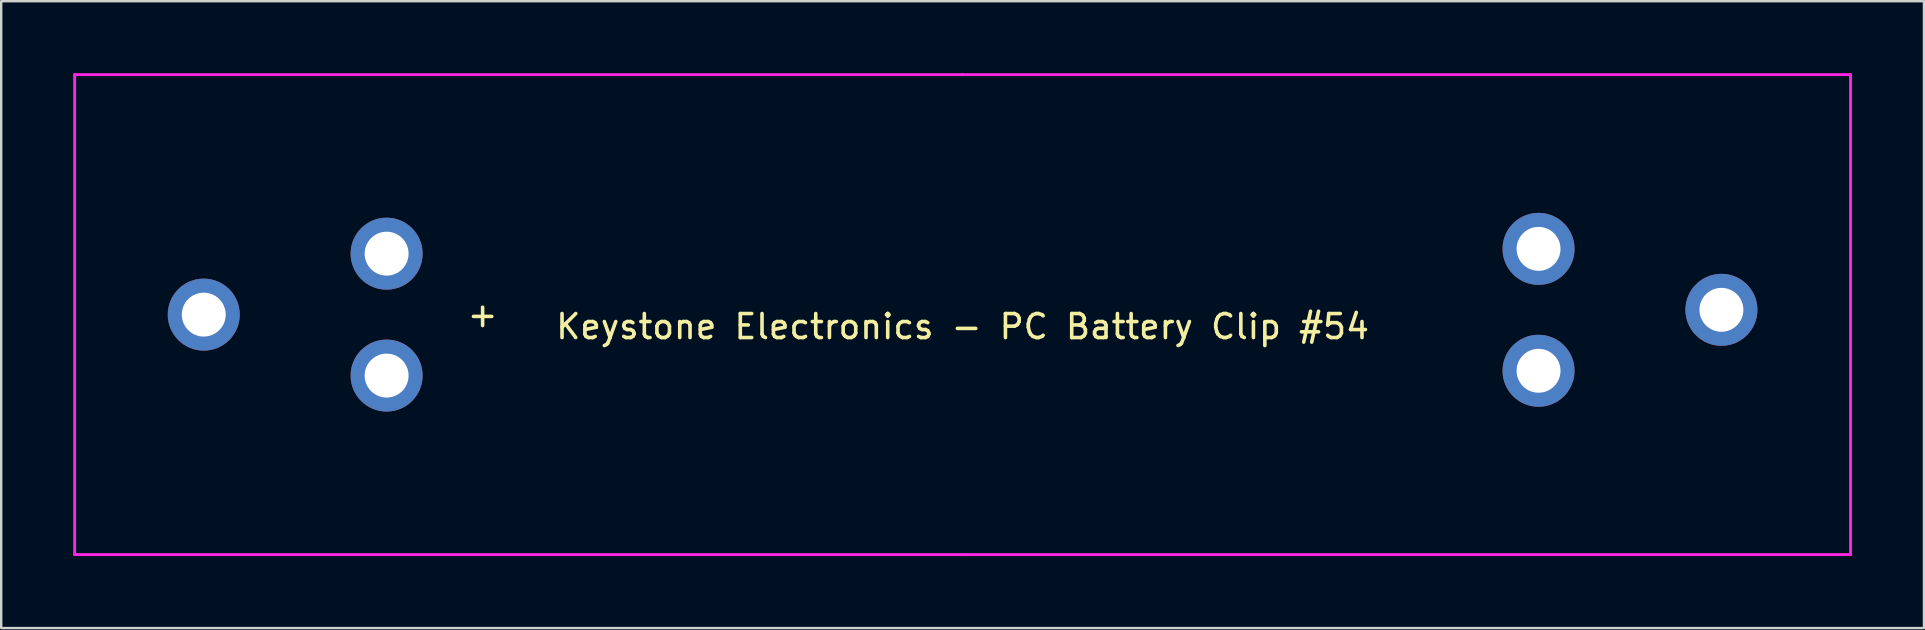
<source format=kicad_pcb>
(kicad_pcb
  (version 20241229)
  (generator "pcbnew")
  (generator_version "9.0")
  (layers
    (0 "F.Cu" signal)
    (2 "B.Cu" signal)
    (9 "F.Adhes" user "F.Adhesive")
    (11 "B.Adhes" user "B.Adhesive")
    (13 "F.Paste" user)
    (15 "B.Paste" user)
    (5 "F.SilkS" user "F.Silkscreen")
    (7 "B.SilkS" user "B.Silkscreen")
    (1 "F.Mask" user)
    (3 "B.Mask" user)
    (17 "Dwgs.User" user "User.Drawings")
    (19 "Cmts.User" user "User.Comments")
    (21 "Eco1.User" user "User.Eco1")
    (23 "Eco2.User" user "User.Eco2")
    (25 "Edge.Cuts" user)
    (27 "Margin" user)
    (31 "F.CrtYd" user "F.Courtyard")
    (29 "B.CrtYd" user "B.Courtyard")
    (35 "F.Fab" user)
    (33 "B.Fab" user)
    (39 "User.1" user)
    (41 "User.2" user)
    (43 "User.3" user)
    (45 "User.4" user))
  (footprint "Keystone Electronics - PC Battery Clip #54"
    (layer "F.Cu")
    (at 37.06 10.06)
    (property "Reference" "Keystone Electronics - PC Battery Clip #54" (at 0 0.5 0) (layer "F.SilkS") (effects (font (size 1 1) (thickness 0.15))))
    (attr through_hole)
    (fp_line (start -37 -10) (end 0 -10) (stroke (width 0.12) (type solid)) (layer "F.CrtYd"))
    (fp_line (start -37 10) (end -37 -10) (stroke (width 0.12) (type solid)) (layer "F.CrtYd"))
    (fp_line (start -37 10) (end 0 10) (stroke (width 0.12) (type solid)) (layer "F.CrtYd"))
    (fp_line (start 0 -10) (end 37 -10) (stroke (width 0.12) (type solid)) (layer "F.CrtYd"))
    (fp_line (start 0 10) (end 37 10) (stroke (width 0.12) (type solid)) (layer "F.CrtYd"))
    (fp_line (start 37 10) (end 37 -10) (stroke (width 0.12) (type solid)) (layer "F.CrtYd"))
    (fp_text user "+" (at -20 0 0) (layer "F.SilkS") (effects (font (size 1 1) (thickness 0.15))))
    (pad "1" thru_hole circle (at -31.62 0) (size 3 3) (drill 1.83) (layers "*.Cu" "*.Mask"))
    (pad "1" thru_hole circle (at -24 -2.54) (size 3 3) (drill 1.83) (layers "*.Cu" "*.Mask"))
    (pad "1" thru_hole circle (at -24 2.54) (size 3 3) (drill 1.83) (layers "*.Cu" "*.Mask"))
    (pad "2" thru_hole circle (at 24 -2.74 180) (size 3 3) (drill 1.83) (layers "*.Cu" "*.Mask"))
    (pad "2" thru_hole circle (at 24 2.34 180) (size 3 3) (drill 1.83) (layers "*.Cu" "*.Mask"))
    (pad "2" thru_hole circle (at 31.62 -0.2 180) (size 3 3) (drill 1.83) (layers "*.Cu" "*.Mask")))
  (gr_rect
    (start -3 -3)
    (end 77.12 23.12)
    (stroke (width 0.1) (type default))
    (fill no)
    (layer "Edge.Cuts")))
</source>
